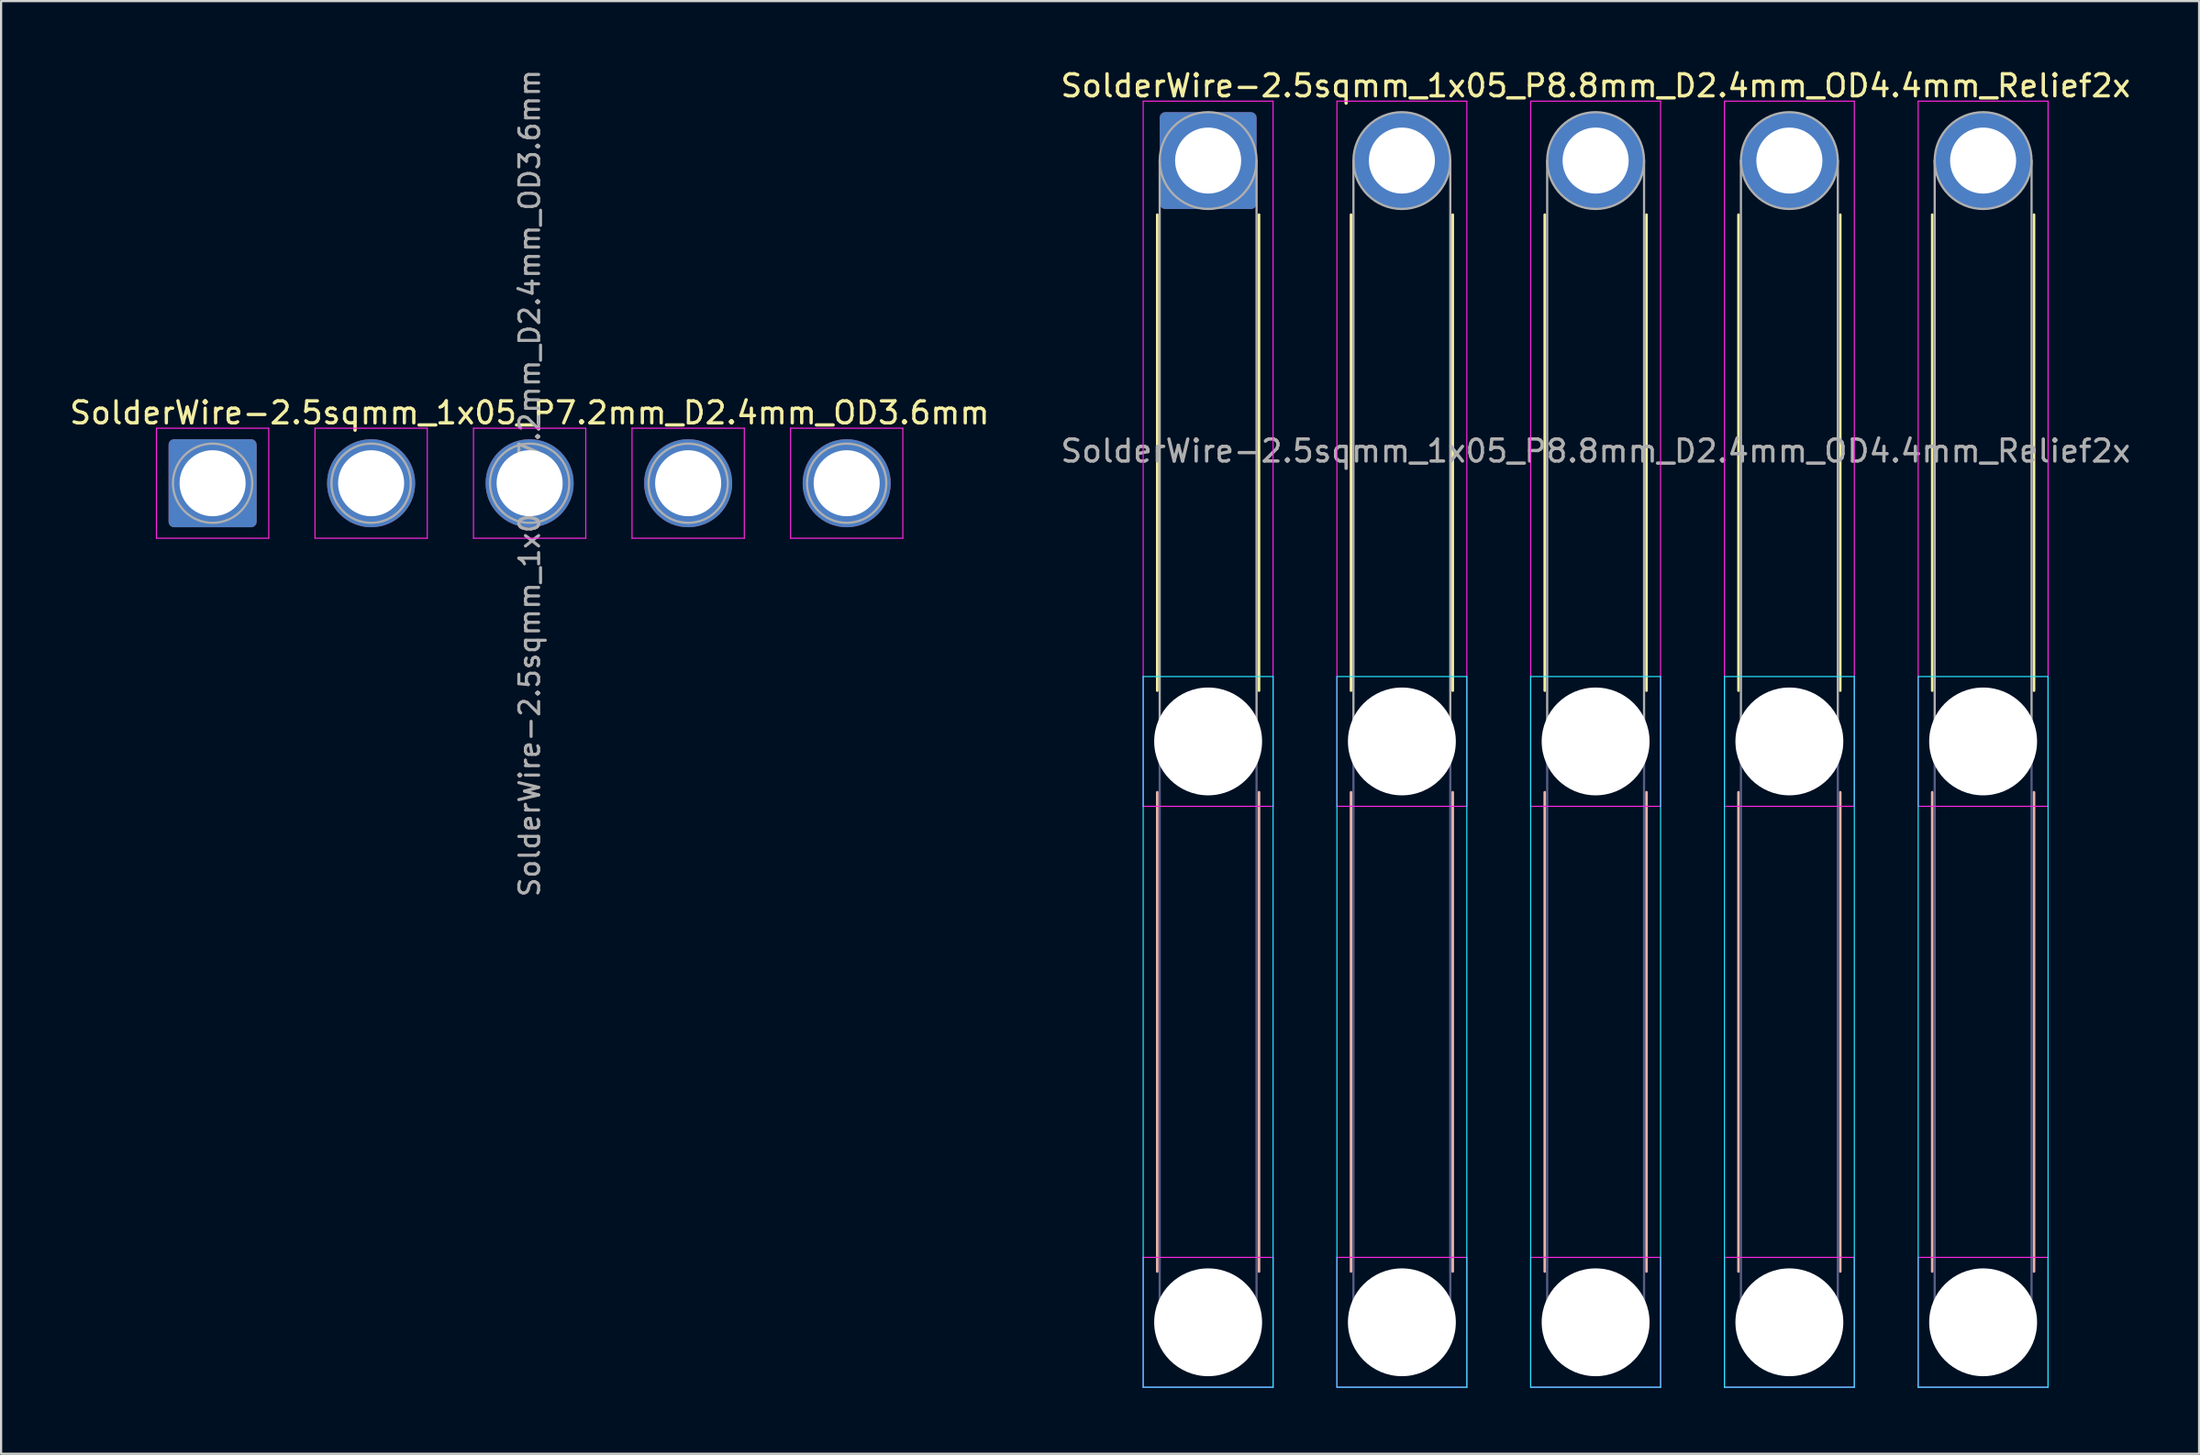
<source format=kicad_pcb>
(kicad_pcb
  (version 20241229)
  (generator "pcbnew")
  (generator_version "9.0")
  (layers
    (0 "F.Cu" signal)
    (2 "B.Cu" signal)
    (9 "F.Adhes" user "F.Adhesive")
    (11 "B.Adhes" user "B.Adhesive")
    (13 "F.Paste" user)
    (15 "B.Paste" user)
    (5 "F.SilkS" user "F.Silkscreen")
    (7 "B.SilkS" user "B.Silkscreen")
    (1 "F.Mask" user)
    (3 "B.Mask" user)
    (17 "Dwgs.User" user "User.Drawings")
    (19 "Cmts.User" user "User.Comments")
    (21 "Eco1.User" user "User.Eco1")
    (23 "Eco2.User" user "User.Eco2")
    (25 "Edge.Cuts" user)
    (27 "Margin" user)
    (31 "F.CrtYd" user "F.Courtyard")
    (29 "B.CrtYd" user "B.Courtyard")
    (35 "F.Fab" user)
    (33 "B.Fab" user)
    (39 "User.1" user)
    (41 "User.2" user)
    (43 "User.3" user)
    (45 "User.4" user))
  (footprint "SolderWire-2.5sqmm_1x05_P7.2mm_D2.4mm_OD3.6mm"
    (layer "F.Cu")
    (at 6.606 18.913)
    (property "Reference" "SolderWire-2.5sqmm_1x05_P7.2mm_D2.4mm_OD3.6mm" (at 14.4 -3.2 0) (layer "F.SilkS") (effects (font (size 1 1) (thickness 0.15))))
    (attr exclude_from_pos_files exclude_from_bom)
    (fp_line (start -2.55 -2.5) (end -2.55 2.5) (stroke (width 0.05) (type solid)) (layer "F.CrtYd"))
    (fp_line (start -2.55 2.5) (end 2.55 2.5) (stroke (width 0.05) (type solid)) (layer "F.CrtYd"))
    (fp_line (start 2.55 -2.5) (end -2.55 -2.5) (stroke (width 0.05) (type solid)) (layer "F.CrtYd"))
    (fp_line (start 2.55 2.5) (end 2.55 -2.5) (stroke (width 0.05) (type solid)) (layer "F.CrtYd"))
    (fp_line (start 4.65 -2.5) (end 4.65 2.5) (stroke (width 0.05) (type solid)) (layer "F.CrtYd"))
    (fp_line (start 4.65 2.5) (end 9.75 2.5) (stroke (width 0.05) (type solid)) (layer "F.CrtYd"))
    (fp_line (start 9.75 -2.5) (end 4.65 -2.5) (stroke (width 0.05) (type solid)) (layer "F.CrtYd"))
    (fp_line (start 9.75 2.5) (end 9.75 -2.5) (stroke (width 0.05) (type solid)) (layer "F.CrtYd"))
    (fp_line (start 11.85 -2.5) (end 11.85 2.5) (stroke (width 0.05) (type solid)) (layer "F.CrtYd"))
    (fp_line (start 11.85 2.5) (end 16.95 2.5) (stroke (width 0.05) (type solid)) (layer "F.CrtYd"))
    (fp_line (start 16.95 -2.5) (end 11.85 -2.5) (stroke (width 0.05) (type solid)) (layer "F.CrtYd"))
    (fp_line (start 16.95 2.5) (end 16.95 -2.5) (stroke (width 0.05) (type solid)) (layer "F.CrtYd"))
    (fp_line (start 19.05 -2.5) (end 19.05 2.5) (stroke (width 0.05) (type solid)) (layer "F.CrtYd"))
    (fp_line (start 19.05 2.5) (end 24.15 2.5) (stroke (width 0.05) (type solid)) (layer "F.CrtYd"))
    (fp_line (start 24.15 -2.5) (end 19.05 -2.5) (stroke (width 0.05) (type solid)) (layer "F.CrtYd"))
    (fp_line (start 24.15 2.5) (end 24.15 -2.5) (stroke (width 0.05) (type solid)) (layer "F.CrtYd"))
    (fp_line (start 26.25 -2.5) (end 26.25 2.5) (stroke (width 0.05) (type solid)) (layer "F.CrtYd"))
    (fp_line (start 26.25 2.5) (end 31.35 2.5) (stroke (width 0.05) (type solid)) (layer "F.CrtYd"))
    (fp_line (start 31.35 -2.5) (end 26.25 -2.5) (stroke (width 0.05) (type solid)) (layer "F.CrtYd"))
    (fp_line (start 31.35 2.5) (end 31.35 -2.5) (stroke (width 0.05) (type solid)) (layer "F.CrtYd"))
    (fp_circle (center 0 0) (end 1.8 0) (stroke (width 0.1) (type solid)) (fill no) (layer "F.Fab"))
    (fp_circle (center 7.2 0) (end 9 0) (stroke (width 0.1) (type solid)) (fill no) (layer "F.Fab"))
    (fp_circle (center 14.4 0) (end 16.2 0) (stroke (width 0.1) (type solid)) (fill no) (layer "F.Fab"))
    (fp_circle (center 21.6 0) (end 23.4 0) (stroke (width 0.1) (type solid)) (fill no) (layer "F.Fab"))
    (fp_circle (center 28.8 0) (end 30.6 0) (stroke (width 0.1) (type solid)) (fill no) (layer "F.Fab"))
    (fp_text user "${REFERENCE}" (at 14.4 0 90) (layer "F.Fab") (effects (font (size 0.9 0.9) (thickness 0.14))))
    (pad "1" thru_hole roundrect (at 0 0) (size 4 4) (drill 3) (layers "*.Cu" "*.Mask") (roundrect_rratio 0.062))
    (pad "2" thru_hole circle (at 7.2 0) (size 4 4) (drill 3) (layers "*.Cu" "*.Mask"))
    (pad "3" thru_hole circle (at 14.4 0) (size 4 4) (drill 3) (layers "*.Cu" "*.Mask"))
    (pad "4" thru_hole circle (at 21.6 0) (size 4 4) (drill 3) (layers "*.Cu" "*.Mask"))
    (pad "5" thru_hole circle (at 28.8 0) (size 4 4) (drill 3) (layers "*.Cu" "*.Mask")))
  (footprint "SolderWire-2.5sqmm_1x05_P8.8mm_D2.4mm_OD4.4mm_Relief2x"
    (layer "F.Cu")
    (at 51.823 4.248)
    (property "Reference" "SolderWire-2.5sqmm_1x05_P8.8mm_D2.4mm_OD4.4mm_Relief2x" (at 17.6 -3.4 0) (layer "F.SilkS") (effects (font (size 1 1) (thickness 0.15))))
    (attr exclude_from_pos_files exclude_from_bom)
    (fp_line (start -2.31 2.46) (end -2.31 24.09) (stroke (width 0.12) (type solid)) (layer "F.SilkS"))
    (fp_line (start 2.31 2.46) (end 2.31 24.09) (stroke (width 0.12) (type solid)) (layer "F.SilkS"))
    (fp_line (start 6.49 2.46) (end 6.49 24.09) (stroke (width 0.12) (type solid)) (layer "F.SilkS"))
    (fp_line (start 11.11 2.46) (end 11.11 24.09) (stroke (width 0.12) (type solid)) (layer "F.SilkS"))
    (fp_line (start 15.29 2.46) (end 15.29 24.09) (stroke (width 0.12) (type solid)) (layer "F.SilkS"))
    (fp_line (start 19.91 2.46) (end 19.91 24.09) (stroke (width 0.12) (type solid)) (layer "F.SilkS"))
    (fp_line (start 24.09 2.46) (end 24.09 24.09) (stroke (width 0.12) (type solid)) (layer "F.SilkS"))
    (fp_line (start 28.71 2.46) (end 28.71 24.09) (stroke (width 0.12) (type solid)) (layer "F.SilkS"))
    (fp_line (start 32.89 2.46) (end 32.89 24.09) (stroke (width 0.12) (type solid)) (layer "F.SilkS"))
    (fp_line (start 37.51 2.46) (end 37.51 24.09) (stroke (width 0.12) (type solid)) (layer "F.SilkS"))
    (fp_line (start -2.31 28.71) (end -2.31 50.49) (stroke (width 0.12) (type solid)) (layer "B.SilkS"))
    (fp_line (start 2.31 28.71) (end 2.31 50.49) (stroke (width 0.12) (type solid)) (layer "B.SilkS"))
    (fp_line (start 6.49 28.71) (end 6.49 50.49) (stroke (width 0.12) (type solid)) (layer "B.SilkS"))
    (fp_line (start 11.11 28.71) (end 11.11 50.49) (stroke (width 0.12) (type solid)) (layer "B.SilkS"))
    (fp_line (start 15.29 28.71) (end 15.29 50.49) (stroke (width 0.12) (type solid)) (layer "B.SilkS"))
    (fp_line (start 19.91 28.71) (end 19.91 50.49) (stroke (width 0.12) (type solid)) (layer "B.SilkS"))
    (fp_line (start 24.09 28.71) (end 24.09 50.49) (stroke (width 0.12) (type solid)) (layer "B.SilkS"))
    (fp_line (start 28.71 28.71) (end 28.71 50.49) (stroke (width 0.12) (type solid)) (layer "B.SilkS"))
    (fp_line (start 32.89 28.71) (end 32.89 50.49) (stroke (width 0.12) (type solid)) (layer "B.SilkS"))
    (fp_line (start 37.51 28.71) (end 37.51 50.49) (stroke (width 0.12) (type solid)) (layer "B.SilkS"))
    (fp_line (start -2.95 23.45) (end -2.95 55.75) (stroke (width 0.05) (type solid)) (layer "B.CrtYd"))
    (fp_line (start -2.95 55.75) (end 2.95 55.75) (stroke (width 0.05) (type solid)) (layer "B.CrtYd"))
    (fp_line (start 2.95 23.45) (end -2.95 23.45) (stroke (width 0.05) (type solid)) (layer "B.CrtYd"))
    (fp_line (start 2.95 55.75) (end 2.95 23.45) (stroke (width 0.05) (type solid)) (layer "B.CrtYd"))
    (fp_line (start 5.85 23.45) (end 5.85 55.75) (stroke (width 0.05) (type solid)) (layer "B.CrtYd"))
    (fp_line (start 5.85 55.75) (end 11.75 55.75) (stroke (width 0.05) (type solid)) (layer "B.CrtYd"))
    (fp_line (start 11.75 23.45) (end 5.85 23.45) (stroke (width 0.05) (type solid)) (layer "B.CrtYd"))
    (fp_line (start 11.75 55.75) (end 11.75 23.45) (stroke (width 0.05) (type solid)) (layer "B.CrtYd"))
    (fp_line (start 14.65 23.45) (end 14.65 55.75) (stroke (width 0.05) (type solid)) (layer "B.CrtYd"))
    (fp_line (start 14.65 55.75) (end 20.55 55.75) (stroke (width 0.05) (type solid)) (layer "B.CrtYd"))
    (fp_line (start 20.55 23.45) (end 14.65 23.45) (stroke (width 0.05) (type solid)) (layer "B.CrtYd"))
    (fp_line (start 20.55 55.75) (end 20.55 23.45) (stroke (width 0.05) (type solid)) (layer "B.CrtYd"))
    (fp_line (start 23.45 23.45) (end 23.45 55.75) (stroke (width 0.05) (type solid)) (layer "B.CrtYd"))
    (fp_line (start 23.45 55.75) (end 29.35 55.75) (stroke (width 0.05) (type solid)) (layer "B.CrtYd"))
    (fp_line (start 29.35 23.45) (end 23.45 23.45) (stroke (width 0.05) (type solid)) (layer "B.CrtYd"))
    (fp_line (start 29.35 55.75) (end 29.35 23.45) (stroke (width 0.05) (type solid)) (layer "B.CrtYd"))
    (fp_line (start 32.25 23.45) (end 32.25 55.75) (stroke (width 0.05) (type solid)) (layer "B.CrtYd"))
    (fp_line (start 32.25 55.75) (end 38.15 55.75) (stroke (width 0.05) (type solid)) (layer "B.CrtYd"))
    (fp_line (start 38.15 23.45) (end 32.25 23.45) (stroke (width 0.05) (type solid)) (layer "B.CrtYd"))
    (fp_line (start 38.15 55.75) (end 38.15 23.45) (stroke (width 0.05) (type solid)) (layer "B.CrtYd"))
    (fp_line (start -2.95 -2.7) (end -2.95 29.35) (stroke (width 0.05) (type solid)) (layer "F.CrtYd"))
    (fp_line (start -2.95 29.35) (end 2.95 29.35) (stroke (width 0.05) (type solid)) (layer "F.CrtYd"))
    (fp_line (start -2.95 49.85) (end -2.95 55.75) (stroke (width 0.05) (type solid)) (layer "F.CrtYd"))
    (fp_line (start -2.95 55.75) (end 2.95 55.75) (stroke (width 0.05) (type solid)) (layer "F.CrtYd"))
    (fp_line (start 2.95 -2.7) (end -2.95 -2.7) (stroke (width 0.05) (type solid)) (layer "F.CrtYd"))
    (fp_line (start 2.95 29.35) (end 2.95 -2.7) (stroke (width 0.05) (type solid)) (layer "F.CrtYd"))
    (fp_line (start 2.95 49.85) (end -2.95 49.85) (stroke (width 0.05) (type solid)) (layer "F.CrtYd"))
    (fp_line (start 2.95 55.75) (end 2.95 49.85) (stroke (width 0.05) (type solid)) (layer "F.CrtYd"))
    (fp_line (start 5.85 -2.7) (end 5.85 29.35) (stroke (width 0.05) (type solid)) (layer "F.CrtYd"))
    (fp_line (start 5.85 29.35) (end 11.75 29.35) (stroke (width 0.05) (type solid)) (layer "F.CrtYd"))
    (fp_line (start 5.85 49.85) (end 5.85 55.75) (stroke (width 0.05) (type solid)) (layer "F.CrtYd"))
    (fp_line (start 5.85 55.75) (end 11.75 55.75) (stroke (width 0.05) (type solid)) (layer "F.CrtYd"))
    (fp_line (start 11.75 -2.7) (end 5.85 -2.7) (stroke (width 0.05) (type solid)) (layer "F.CrtYd"))
    (fp_line (start 11.75 29.35) (end 11.75 -2.7) (stroke (width 0.05) (type solid)) (layer "F.CrtYd"))
    (fp_line (start 11.75 49.85) (end 5.85 49.85) (stroke (width 0.05) (type solid)) (layer "F.CrtYd"))
    (fp_line (start 11.75 55.75) (end 11.75 49.85) (stroke (width 0.05) (type solid)) (layer "F.CrtYd"))
    (fp_line (start 14.65 -2.7) (end 14.65 29.35) (stroke (width 0.05) (type solid)) (layer "F.CrtYd"))
    (fp_line (start 14.65 29.35) (end 20.55 29.35) (stroke (width 0.05) (type solid)) (layer "F.CrtYd"))
    (fp_line (start 14.65 49.85) (end 14.65 55.75) (stroke (width 0.05) (type solid)) (layer "F.CrtYd"))
    (fp_line (start 14.65 55.75) (end 20.55 55.75) (stroke (width 0.05) (type solid)) (layer "F.CrtYd"))
    (fp_line (start 20.55 -2.7) (end 14.65 -2.7) (stroke (width 0.05) (type solid)) (layer "F.CrtYd"))
    (fp_line (start 20.55 29.35) (end 20.55 -2.7) (stroke (width 0.05) (type solid)) (layer "F.CrtYd"))
    (fp_line (start 20.55 49.85) (end 14.65 49.85) (stroke (width 0.05) (type solid)) (layer "F.CrtYd"))
    (fp_line (start 20.55 55.75) (end 20.55 49.85) (stroke (width 0.05) (type solid)) (layer "F.CrtYd"))
    (fp_line (start 23.45 -2.7) (end 23.45 29.35) (stroke (width 0.05) (type solid)) (layer "F.CrtYd"))
    (fp_line (start 23.45 29.35) (end 29.35 29.35) (stroke (width 0.05) (type solid)) (layer "F.CrtYd"))
    (fp_line (start 23.45 49.85) (end 23.45 55.75) (stroke (width 0.05) (type solid)) (layer "F.CrtYd"))
    (fp_line (start 23.45 55.75) (end 29.35 55.75) (stroke (width 0.05) (type solid)) (layer "F.CrtYd"))
    (fp_line (start 29.35 -2.7) (end 23.45 -2.7) (stroke (width 0.05) (type solid)) (layer "F.CrtYd"))
    (fp_line (start 29.35 29.35) (end 29.35 -2.7) (stroke (width 0.05) (type solid)) (layer "F.CrtYd"))
    (fp_line (start 29.35 49.85) (end 23.45 49.85) (stroke (width 0.05) (type solid)) (layer "F.CrtYd"))
    (fp_line (start 29.35 55.75) (end 29.35 49.85) (stroke (width 0.05) (type solid)) (layer "F.CrtYd"))
    (fp_line (start 32.25 -2.7) (end 32.25 29.35) (stroke (width 0.05) (type solid)) (layer "F.CrtYd"))
    (fp_line (start 32.25 29.35) (end 38.15 29.35) (stroke (width 0.05) (type solid)) (layer "F.CrtYd"))
    (fp_line (start 32.25 49.85) (end 32.25 55.75) (stroke (width 0.05) (type solid)) (layer "F.CrtYd"))
    (fp_line (start 32.25 55.75) (end 38.15 55.75) (stroke (width 0.05) (type solid)) (layer "F.CrtYd"))
    (fp_line (start 38.15 -2.7) (end 32.25 -2.7) (stroke (width 0.05) (type solid)) (layer "F.CrtYd"))
    (fp_line (start 38.15 29.35) (end 38.15 -2.7) (stroke (width 0.05) (type solid)) (layer "F.CrtYd"))
    (fp_line (start 38.15 49.85) (end 32.25 49.85) (stroke (width 0.05) (type solid)) (layer "F.CrtYd"))
    (fp_line (start 38.15 55.75) (end 38.15 49.85) (stroke (width 0.05) (type solid)) (layer "F.CrtYd"))
    (fp_line (start -2.2 26.4) (end -2.2 52.8) (stroke (width 0.1) (type solid)) (layer "B.Fab"))
    (fp_line (start 2.2 26.4) (end 2.2 52.8) (stroke (width 0.1) (type solid)) (layer "B.Fab"))
    (fp_line (start 6.6 26.4) (end 6.6 52.8) (stroke (width 0.1) (type solid)) (layer "B.Fab"))
    (fp_line (start 11 26.4) (end 11 52.8) (stroke (width 0.1) (type solid)) (layer "B.Fab"))
    (fp_line (start 15.4 26.4) (end 15.4 52.8) (stroke (width 0.1) (type solid)) (layer "B.Fab"))
    (fp_line (start 19.8 26.4) (end 19.8 52.8) (stroke (width 0.1) (type solid)) (layer "B.Fab"))
    (fp_line (start 24.2 26.4) (end 24.2 52.8) (stroke (width 0.1) (type solid)) (layer "B.Fab"))
    (fp_line (start 28.6 26.4) (end 28.6 52.8) (stroke (width 0.1) (type solid)) (layer "B.Fab"))
    (fp_line (start 33 26.4) (end 33 52.8) (stroke (width 0.1) (type solid)) (layer "B.Fab"))
    (fp_line (start 37.4 26.4) (end 37.4 52.8) (stroke (width 0.1) (type solid)) (layer "B.Fab"))
    (fp_circle (center 0 26.4) (end 2.2 26.4) (stroke (width 0.1) (type solid)) (fill no) (layer "B.Fab"))
    (fp_circle (center 0 52.8) (end 2.2 52.8) (stroke (width 0.1) (type solid)) (fill no) (layer "B.Fab"))
    (fp_circle (center 8.8 26.4) (end 11 26.4) (stroke (width 0.1) (type solid)) (fill no) (layer "B.Fab"))
    (fp_circle (center 8.8 52.8) (end 11 52.8) (stroke (width 0.1) (type solid)) (fill no) (layer "B.Fab"))
    (fp_circle (center 17.6 26.4) (end 19.8 26.4) (stroke (width 0.1) (type solid)) (fill no) (layer "B.Fab"))
    (fp_circle (center 17.6 52.8) (end 19.8 52.8) (stroke (width 0.1) (type solid)) (fill no) (layer "B.Fab"))
    (fp_circle (center 26.4 26.4) (end 28.6 26.4) (stroke (width 0.1) (type solid)) (fill no) (layer "B.Fab"))
    (fp_circle (center 26.4 52.8) (end 28.6 52.8) (stroke (width 0.1) (type solid)) (fill no) (layer "B.Fab"))
    (fp_circle (center 35.2 26.4) (end 37.4 26.4) (stroke (width 0.1) (type solid)) (fill no) (layer "B.Fab"))
    (fp_circle (center 35.2 52.8) (end 37.4 52.8) (stroke (width 0.1) (type solid)) (fill no) (layer "B.Fab"))
    (fp_line (start -2.2 0) (end -2.2 26.4) (stroke (width 0.1) (type solid)) (layer "F.Fab"))
    (fp_line (start 2.2 0) (end 2.2 26.4) (stroke (width 0.1) (type solid)) (layer "F.Fab"))
    (fp_line (start 6.6 0) (end 6.6 26.4) (stroke (width 0.1) (type solid)) (layer "F.Fab"))
    (fp_line (start 11 0) (end 11 26.4) (stroke (width 0.1) (type solid)) (layer "F.Fab"))
    (fp_line (start 15.4 0) (end 15.4 26.4) (stroke (width 0.1) (type solid)) (layer "F.Fab"))
    (fp_line (start 19.8 0) (end 19.8 26.4) (stroke (width 0.1) (type solid)) (layer "F.Fab"))
    (fp_line (start 24.2 0) (end 24.2 26.4) (stroke (width 0.1) (type solid)) (layer "F.Fab"))
    (fp_line (start 28.6 0) (end 28.6 26.4) (stroke (width 0.1) (type solid)) (layer "F.Fab"))
    (fp_line (start 33 0) (end 33 26.4) (stroke (width 0.1) (type solid)) (layer "F.Fab"))
    (fp_line (start 37.4 0) (end 37.4 26.4) (stroke (width 0.1) (type solid)) (layer "F.Fab"))
    (fp_circle (center 0 0) (end 2.2 0) (stroke (width 0.1) (type solid)) (fill no) (layer "F.Fab"))
    (fp_circle (center 0 26.4) (end 2.2 26.4) (stroke (width 0.1) (type solid)) (fill no) (layer "F.Fab"))
    (fp_circle (center 0 52.8) (end 2.2 52.8) (stroke (width 0.1) (type solid)) (fill no) (layer "F.Fab"))
    (fp_circle (center 8.8 0) (end 11 0) (stroke (width 0.1) (type solid)) (fill no) (layer "F.Fab"))
    (fp_circle (center 8.8 26.4) (end 11 26.4) (stroke (width 0.1) (type solid)) (fill no) (layer "F.Fab"))
    (fp_circle (center 8.8 52.8) (end 11 52.8) (stroke (width 0.1) (type solid)) (fill no) (layer "F.Fab"))
    (fp_circle (center 17.6 0) (end 19.8 0) (stroke (width 0.1) (type solid)) (fill no) (layer "F.Fab"))
    (fp_circle (center 17.6 26.4) (end 19.8 26.4) (stroke (width 0.1) (type solid)) (fill no) (layer "F.Fab"))
    (fp_circle (center 17.6 52.8) (end 19.8 52.8) (stroke (width 0.1) (type solid)) (fill no) (layer "F.Fab"))
    (fp_circle (center 26.4 0) (end 28.6 0) (stroke (width 0.1) (type solid)) (fill no) (layer "F.Fab"))
    (fp_circle (center 26.4 26.4) (end 28.6 26.4) (stroke (width 0.1) (type solid)) (fill no) (layer "F.Fab"))
    (fp_circle (center 26.4 52.8) (end 28.6 52.8) (stroke (width 0.1) (type solid)) (fill no) (layer "F.Fab"))
    (fp_circle (center 35.2 0) (end 37.4 0) (stroke (width 0.1) (type solid)) (fill no) (layer "F.Fab"))
    (fp_circle (center 35.2 26.4) (end 37.4 26.4) (stroke (width 0.1) (type solid)) (fill no) (layer "F.Fab"))
    (fp_circle (center 35.2 52.8) (end 37.4 52.8) (stroke (width 0.1) (type solid)) (fill no) (layer "F.Fab"))
    (fp_text user "${REFERENCE}" (at 17.6 13.2 0) (layer "F.Fab") (effects (font (size 1 1) (thickness 0.15))))
    (pad "" np_thru_hole circle (at 0 26.4) (size 4.9 4.9) (drill 4.9) (layers "*.Cu" "*.Mask"))
    (pad "" np_thru_hole circle (at 0 52.8) (size 4.9 4.9) (drill 4.9) (layers "*.Cu" "*.Mask"))
    (pad "" np_thru_hole circle (at 8.8 26.4) (size 4.9 4.9) (drill 4.9) (layers "*.Cu" "*.Mask"))
    (pad "" np_thru_hole circle (at 8.8 52.8) (size 4.9 4.9) (drill 4.9) (layers "*.Cu" "*.Mask"))
    (pad "" np_thru_hole circle (at 17.6 26.4) (size 4.9 4.9) (drill 4.9) (layers "*.Cu" "*.Mask"))
    (pad "" np_thru_hole circle (at 17.6 52.8) (size 4.9 4.9) (drill 4.9) (layers "*.Cu" "*.Mask"))
    (pad "" np_thru_hole circle (at 26.4 26.4) (size 4.9 4.9) (drill 4.9) (layers "*.Cu" "*.Mask"))
    (pad "" np_thru_hole circle (at 26.4 52.8) (size 4.9 4.9) (drill 4.9) (layers "*.Cu" "*.Mask"))
    (pad "" np_thru_hole circle (at 35.2 26.4) (size 4.9 4.9) (drill 4.9) (layers "*.Cu" "*.Mask"))
    (pad "" np_thru_hole circle (at 35.2 52.8) (size 4.9 4.9) (drill 4.9) (layers "*.Cu" "*.Mask"))
    (pad "1" thru_hole roundrect (at 0 0) (size 4.4 4.4) (drill 3) (layers "*.Cu" "*.Mask") (roundrect_rratio 0.057))
    (pad "2" thru_hole circle (at 8.8 0) (size 4.4 4.4) (drill 3) (layers "*.Cu" "*.Mask"))
    (pad "3" thru_hole circle (at 17.6 0) (size 4.4 4.4) (drill 3) (layers "*.Cu" "*.Mask"))
    (pad "4" thru_hole circle (at 26.4 0) (size 4.4 4.4) (drill 3) (layers "*.Cu" "*.Mask"))
    (pad "5" thru_hole circle (at 35.2 0) (size 4.4 4.4) (drill 3) (layers "*.Cu" "*.Mask")))
  (gr_rect
    (start -3 -3)
    (end 96.833 63.023)
    (stroke (width 0.1) (type default))
    (fill no)
    (layer "Edge.Cuts")))
</source>
